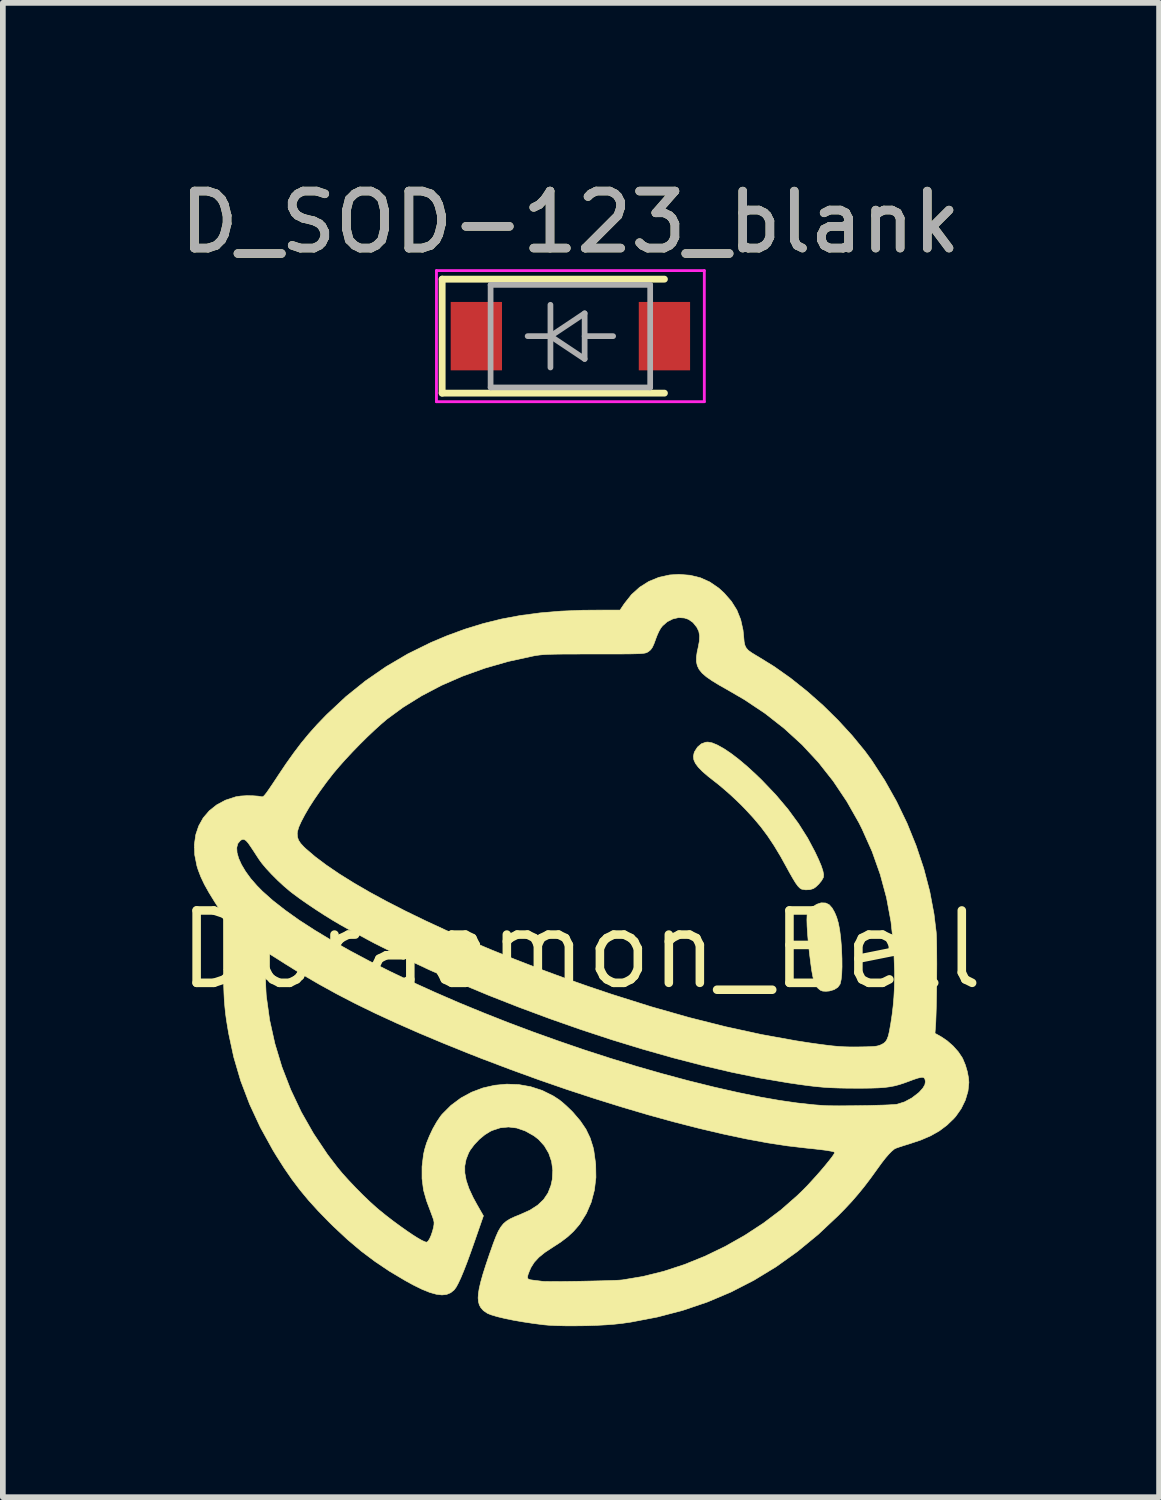
<source format=kicad_pcb>
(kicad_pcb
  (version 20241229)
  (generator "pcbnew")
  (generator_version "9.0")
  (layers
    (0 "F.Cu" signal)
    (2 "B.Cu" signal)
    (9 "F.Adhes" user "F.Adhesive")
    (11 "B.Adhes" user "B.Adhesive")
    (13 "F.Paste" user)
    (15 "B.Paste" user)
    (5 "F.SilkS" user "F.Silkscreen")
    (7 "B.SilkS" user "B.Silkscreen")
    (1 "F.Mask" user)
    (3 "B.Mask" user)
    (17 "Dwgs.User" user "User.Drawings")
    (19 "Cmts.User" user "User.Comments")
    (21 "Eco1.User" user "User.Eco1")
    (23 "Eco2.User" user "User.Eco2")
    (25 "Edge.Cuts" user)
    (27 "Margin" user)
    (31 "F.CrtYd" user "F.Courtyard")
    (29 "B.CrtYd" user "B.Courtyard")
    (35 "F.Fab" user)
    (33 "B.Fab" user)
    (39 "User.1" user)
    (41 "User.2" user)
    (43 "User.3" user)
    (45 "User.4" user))
  (footprint "Doraemon_Bell"
    (layer "F.Cu")
    (at 7.143 13.615)
    (property "Reference" "Doraemon_Bell" (at 0 0 0) (layer "F.SilkS") (effects (font (size 1.27 1.27) (thickness 0.15))))
    (attr through_hole)
    (fp_poly (pts (xy 4.294 -0.821) (xy 4.355 -0.792) (xy 4.407 -0.734) (xy 4.451 -0.657) (xy 4.487 -0.571) (xy 4.516 -0.472) (xy 4.539 -0.355) (xy 4.557 -0.216) (xy 4.571 -0.049) (xy 4.573 -0.01) (xy 4.58 0.154) (xy 4.581 0.3) (xy 4.576 0.425) (xy 4.565 0.525) (xy 4.549 0.596) (xy 4.546 0.604) (xy 4.507 0.658) (xy 4.442 0.699) (xy 4.36 0.723) (xy 4.3 0.728) (xy 4.243 0.725) (xy 4.204 0.711) (xy 4.166 0.681) (xy 4.158 0.673) (xy 4.131 0.64) (xy 4.107 0.597) (xy 4.087 0.54) (xy 4.068 0.465) (xy 4.05 0.368) (xy 4.033 0.246) (xy 4.014 0.094) (xy 4.012 0.078) (xy 3.991 -0.112) (xy 3.977 -0.278) (xy 3.968 -0.416) (xy 3.965 -0.526) (xy 3.968 -0.607) (xy 3.977 -0.656) (xy 3.978 -0.657) (xy 4.013 -0.709) (xy 4.071 -0.758) (xy 4.139 -0.799) (xy 4.207 -0.822) (xy 4.222 -0.824) (xy 4.294 -0.821)) (stroke (width 0.01) (type solid)) (fill yes) (layer "F.SilkS"))
    (fp_poly (pts (xy 2.302 -3.631) (xy 2.396 -3.592) (xy 2.507 -3.53) (xy 2.631 -3.447) (xy 2.766 -3.344) (xy 2.91 -3.223) (xy 3.061 -3.085) (xy 3.177 -2.973) (xy 3.419 -2.719) (xy 3.631 -2.468) (xy 3.816 -2.216) (xy 3.978 -1.96) (xy 4.106 -1.719) (xy 4.17 -1.583) (xy 4.216 -1.474) (xy 4.245 -1.387) (xy 4.258 -1.322) (xy 4.255 -1.274) (xy 4.252 -1.266) (xy 4.222 -1.213) (xy 4.175 -1.155) (xy 4.121 -1.103) (xy 4.079 -1.074) (xy 4.018 -1.056) (xy 3.945 -1.052) (xy 3.878 -1.063) (xy 3.868 -1.066) (xy 3.839 -1.085) (xy 3.806 -1.119) (xy 3.766 -1.174) (xy 3.719 -1.251) (xy 3.66 -1.354) (xy 3.621 -1.426) (xy 3.502 -1.641) (xy 3.388 -1.83) (xy 3.274 -2.001) (xy 3.156 -2.159) (xy 3.029 -2.31) (xy 2.888 -2.463) (xy 2.812 -2.541) (xy 2.719 -2.631) (xy 2.618 -2.725) (xy 2.516 -2.814) (xy 2.423 -2.893) (xy 2.362 -2.941) (xy 2.234 -3.041) (xy 2.133 -3.128) (xy 2.059 -3.204) (xy 2.009 -3.271) (xy 1.981 -3.333) (xy 1.974 -3.393) (xy 1.985 -3.452) (xy 1.995 -3.478) (xy 2.046 -3.557) (xy 2.113 -3.614) (xy 2.19 -3.642) (xy 2.227 -3.645) (xy 2.302 -3.631)) (stroke (width 0.01) (type solid)) (fill yes) (layer "F.SilkS"))
    (fp_poly (pts (xy 1.915 -6.572) (xy 2.095 -6.528) (xy 2.262 -6.453) (xy 2.418 -6.346) (xy 2.515 -6.257) (xy 2.64 -6.114) (xy 2.736 -5.961) (xy 2.803 -5.794) (xy 2.844 -5.61) (xy 2.857 -5.481) (xy 2.864 -5.403) (xy 2.877 -5.343) (xy 2.9 -5.296) (xy 2.937 -5.254) (xy 2.995 -5.212) (xy 3.077 -5.162) (xy 3.103 -5.147) (xy 3.39 -4.97) (xy 3.68 -4.765) (xy 3.967 -4.536) (xy 4.247 -4.289) (xy 4.512 -4.028) (xy 4.759 -3.759) (xy 4.983 -3.486) (xy 5.101 -3.325) (xy 5.33 -2.972) (xy 5.538 -2.602) (xy 5.723 -2.218) (xy 5.882 -1.825) (xy 6.015 -1.426) (xy 6.12 -1.025) (xy 6.195 -0.627) (xy 6.233 -0.313) (xy 6.237 -0.248) (xy 6.24 -0.153) (xy 6.242 -0.035) (xy 6.243 0.102) (xy 6.244 0.252) (xy 6.243 0.412) (xy 6.242 0.575) (xy 6.24 0.737) (xy 6.237 0.892) (xy 6.234 1.036) (xy 6.23 1.164) (xy 6.226 1.27) (xy 6.221 1.346) (xy 6.212 1.465) (xy 6.318 1.524) (xy 6.425 1.596) (xy 6.529 1.687) (xy 6.62 1.789) (xy 6.69 1.893) (xy 6.702 1.917) (xy 6.746 2.023) (xy 6.78 2.139) (xy 6.801 2.252) (xy 6.807 2.328) (xy 6.791 2.481) (xy 6.745 2.637) (xy 6.672 2.787) (xy 6.575 2.925) (xy 6.539 2.965) (xy 6.42 3.079) (xy 6.288 3.178) (xy 6.136 3.264) (xy 5.961 3.339) (xy 5.757 3.407) (xy 5.74 3.412) (xy 5.659 3.437) (xy 5.588 3.46) (xy 5.534 3.479) (xy 5.505 3.492) (xy 5.503 3.493) (xy 5.453 3.534) (xy 5.402 3.586) (xy 5.344 3.653) (xy 5.277 3.739) (xy 5.201 3.844) (xy 5.079 4.013) (xy 4.967 4.16) (xy 4.859 4.292) (xy 4.75 4.418) (xy 4.632 4.544) (xy 4.513 4.665) (xy 4.161 4.996) (xy 3.797 5.295) (xy 3.422 5.563) (xy 3.034 5.799) (xy 2.633 6.005) (xy 2.217 6.181) (xy 1.786 6.327) (xy 1.339 6.444) (xy 0.874 6.533) (xy 0.721 6.555) (xy 0.591 6.569) (xy 0.437 6.581) (xy 0.267 6.59) (xy 0.088 6.596) (xy -0.092 6.598) (xy -0.267 6.598) (xy -0.428 6.594) (xy -0.569 6.587) (xy -0.658 6.579) (xy -0.843 6.555) (xy -1.021 6.528) (xy -1.188 6.499) (xy -1.338 6.468) (xy -1.468 6.437) (xy -1.572 6.406) (xy -1.64 6.379) (xy -1.711 6.331) (xy -1.758 6.277) (xy -1.783 6.23) (xy -1.798 6.175) (xy -1.804 6.11) (xy -1.799 6.032) (xy -1.784 5.938) (xy -1.757 5.824) (xy -1.719 5.689) (xy -1.668 5.529) (xy -1.605 5.342) (xy -1.587 5.292) (xy -1.536 5.147) (xy -1.491 5.031) (xy -1.45 4.939) (xy -1.407 4.866) (xy -1.361 4.808) (xy -1.308 4.762) (xy -1.243 4.722) (xy -1.164 4.685) (xy -1.067 4.646) (xy -1.056 4.641) (xy -0.892 4.567) (xy -0.759 4.481) (xy -0.655 4.382) (xy -0.578 4.268) (xy -0.526 4.135) (xy -0.503 4.029) (xy -0.494 3.869) (xy -0.515 3.714) (xy -0.565 3.569) (xy -0.642 3.439) (xy -0.743 3.327) (xy -0.826 3.263) (xy -0.978 3.178) (xy -1.126 3.127) (xy -1.27 3.109) (xy -1.414 3.123) (xy -1.557 3.17) (xy -1.591 3.186) (xy -1.686 3.245) (xy -1.783 3.325) (xy -1.871 3.418) (xy -1.942 3.513) (xy -1.97 3.562) (xy -2.015 3.677) (xy -2.038 3.794) (xy -2.037 3.916) (xy -2.013 4.046) (xy -1.965 4.188) (xy -1.892 4.346) (xy -1.822 4.474) (xy -1.711 4.668) (xy -1.86 5.098) (xy -1.934 5.308) (xy -1.999 5.486) (xy -2.057 5.635) (xy -2.107 5.755) (xy -2.151 5.849) (xy -2.188 5.918) (xy -2.221 5.963) (xy -2.225 5.968) (xy -2.285 6.017) (xy -2.356 6.047) (xy -2.439 6.056) (xy -2.537 6.044) (xy -2.652 6.012) (xy -2.786 5.958) (xy -2.941 5.882) (xy -3.081 5.805) (xy -3.357 5.641) (xy -3.613 5.469) (xy -3.858 5.285) (xy -4.098 5.082) (xy -4.341 4.855) (xy -4.421 4.776) (xy -4.61 4.582) (xy -4.777 4.398) (xy -4.928 4.216) (xy -5.069 4.03) (xy -5.206 3.831) (xy -5.346 3.611) (xy -5.405 3.514) (xy -5.626 3.113) (xy -5.814 2.708) (xy -5.97 2.298) (xy -6.092 1.882) (xy -6.18 1.473) (xy -6.202 1.344) (xy -6.221 1.226) (xy -6.236 1.115) (xy -6.247 1.005) (xy -6.257 0.892) (xy -6.263 0.77) (xy -6.268 0.634) (xy -6.271 0.48) (xy -6.273 0.302) (xy -6.273 0.245) (xy -5.537 0.245) (xy -5.537 0.341) (xy -5.535 0.442) (xy -5.533 0.544) (xy -5.53 0.64) (xy -5.526 0.726) (xy -5.522 0.795) (xy -5.52 0.815) (xy -5.462 1.233) (xy -5.37 1.647) (xy -5.247 2.055) (xy -5.092 2.455) (xy -4.907 2.846) (xy -4.692 3.224) (xy -4.448 3.589) (xy -4.273 3.818) (xy -4.183 3.927) (xy -4.073 4.048) (xy -3.952 4.176) (xy -3.827 4.302) (xy -3.705 4.419) (xy -3.592 4.521) (xy -3.539 4.566) (xy -3.418 4.664) (xy -3.296 4.758) (xy -3.176 4.846) (xy -3.062 4.927) (xy -2.958 4.998) (xy -2.866 5.056) (xy -2.791 5.099) (xy -2.735 5.124) (xy -2.708 5.131) (xy -2.684 5.115) (xy -2.657 5.074) (xy -2.629 5.012) (xy -2.604 4.938) (xy -2.586 4.869) (xy -2.578 4.82) (xy -2.577 4.78) (xy -2.586 4.736) (xy -2.607 4.676) (xy -2.615 4.655) (xy -2.646 4.571) (xy -2.681 4.478) (xy -2.709 4.403) (xy -2.762 4.216) (xy -2.788 4.014) (xy -2.788 3.804) (xy -2.762 3.59) (xy -2.743 3.505) (xy -2.709 3.392) (xy -2.658 3.266) (xy -2.598 3.139) (xy -2.531 3.021) (xy -2.464 2.921) (xy -2.435 2.885) (xy -2.28 2.73) (xy -2.107 2.601) (xy -1.919 2.499) (xy -1.72 2.424) (xy -1.514 2.377) (xy -1.303 2.357) (xy -1.091 2.365) (xy -0.882 2.402) (xy -0.679 2.468) (xy -0.486 2.564) (xy -0.383 2.631) (xy -0.326 2.676) (xy -0.257 2.737) (xy -0.186 2.805) (xy -0.14 2.851) (xy -0.012 3.001) (xy 0.088 3.148) (xy 0.161 3.3) (xy 0.213 3.464) (xy 0.226 3.522) (xy 0.259 3.762) (xy 0.263 3.995) (xy 0.236 4.218) (xy 0.18 4.43) (xy 0.095 4.627) (xy -0.018 4.809) (xy -0.04 4.837) (xy -0.129 4.939) (xy -0.232 5.035) (xy -0.356 5.129) (xy -0.504 5.225) (xy -0.636 5.312) (xy -0.74 5.397) (xy -0.819 5.483) (xy -0.877 5.575) (xy -0.904 5.636) (xy -0.93 5.705) (xy -0.938 5.749) (xy -0.927 5.775) (xy -0.892 5.789) (xy -0.829 5.798) (xy -0.813 5.8) (xy -0.754 5.807) (xy -0.705 5.813) (xy -0.686 5.816) (xy -0.653 5.819) (xy -0.591 5.82) (xy -0.505 5.821) (xy -0.399 5.821) (xy -0.278 5.82) (xy -0.146 5.818) (xy -0.008 5.816) (xy 0.131 5.813) (xy 0.266 5.81) (xy 0.393 5.807) (xy 0.508 5.803) (xy 0.605 5.8) (xy 0.679 5.796) (xy 0.727 5.792) (xy 0.728 5.792) (xy 1.086 5.732) (xy 1.45 5.642) (xy 1.814 5.523) (xy 2.175 5.377) (xy 2.529 5.206) (xy 2.872 5.012) (xy 3.201 4.797) (xy 3.511 4.563) (xy 3.798 4.311) (xy 3.895 4.217) (xy 3.97 4.141) (xy 4.048 4.056) (xy 4.129 3.967) (xy 4.207 3.878) (xy 4.28 3.792) (xy 4.344 3.713) (xy 4.397 3.646) (xy 4.434 3.594) (xy 4.452 3.561) (xy 4.453 3.555) (xy 4.437 3.545) (xy 4.387 3.533) (xy 4.307 3.519) (xy 4.195 3.505) (xy 4.055 3.489) (xy 3.954 3.479) (xy 3.627 3.441) (xy 3.274 3.387) (xy 2.895 3.317) (xy 2.495 3.232) (xy 2.074 3.133) (xy 1.635 3.021) (xy 1.182 2.896) (xy 0.715 2.758) (xy 0.237 2.609) (xy -0.248 2.45) (xy -0.74 2.28) (xy -1.235 2.1) (xy -1.732 1.912) (xy -1.964 1.821) (xy -2.417 1.638) (xy -2.839 1.461) (xy -3.234 1.287) (xy -3.605 1.116) (xy -3.954 0.946) (xy -4.284 0.775) (xy -4.598 0.602) (xy -4.9 0.426) (xy -5.192 0.245) (xy -5.212 0.232) (xy -5.303 0.174) (xy -5.384 0.123) (xy -5.451 0.081) (xy -5.5 0.051) (xy -5.526 0.035) (xy -5.529 0.034) (xy -5.533 0.05) (xy -5.536 0.094) (xy -5.537 0.161) (xy -5.537 0.245) (xy -6.273 0.245) (xy -6.273 0.101) (xy -6.274 -0.603) (xy -6.425 -0.839) (xy -6.526 -1.003) (xy -6.607 -1.148) (xy -6.669 -1.279) (xy -6.716 -1.402) (xy -6.738 -1.472) (xy -6.776 -1.663) (xy -6.781 -1.793) (xy -6.039 -1.793) (xy -6.034 -1.705) (xy -6.006 -1.605) (xy -5.956 -1.494) (xy -5.885 -1.375) (xy -5.795 -1.251) (xy -5.685 -1.125) (xy -5.593 -1.031) (xy -5.408 -0.866) (xy -5.192 -0.697) (xy -4.947 -0.522) (xy -4.673 -0.345) (xy -4.375 -0.165) (xy -4.052 0.017) (xy -3.708 0.2) (xy -3.343 0.383) (xy -2.961 0.565) (xy -2.562 0.746) (xy -2.15 0.925) (xy -1.725 1.1) (xy -1.29 1.272) (xy -0.846 1.439) (xy -0.396 1.6) (xy 0.058 1.756) (xy 0.516 1.904) (xy 0.973 2.044) (xy 1.43 2.175) (xy 1.884 2.297) (xy 2.332 2.408) (xy 2.774 2.508) (xy 2.794 2.512) (xy 3.153 2.585) (xy 3.486 2.643) (xy 3.798 2.688) (xy 4.094 2.72) (xy 4.267 2.733) (xy 4.332 2.736) (xy 4.422 2.737) (xy 4.53 2.738) (xy 4.653 2.737) (xy 4.785 2.736) (xy 4.921 2.734) (xy 5.055 2.732) (xy 5.184 2.728) (xy 5.301 2.725) (xy 5.401 2.721) (xy 5.48 2.716) (xy 5.533 2.712) (xy 5.546 2.71) (xy 5.677 2.669) (xy 5.806 2.6) (xy 5.923 2.51) (xy 5.938 2.496) (xy 5.999 2.428) (xy 6.034 2.369) (xy 6.044 2.314) (xy 6.038 2.278) (xy 6.027 2.252) (xy 6.005 2.239) (xy 5.969 2.239) (xy 5.913 2.251) (xy 5.834 2.277) (xy 5.768 2.302) (xy 5.672 2.337) (xy 5.584 2.366) (xy 5.5 2.388) (xy 5.414 2.404) (xy 5.321 2.416) (xy 5.214 2.423) (xy 5.088 2.427) (xy 4.937 2.429) (xy 4.826 2.429) (xy 4.662 2.428) (xy 4.518 2.425) (xy 4.386 2.42) (xy 4.259 2.412) (xy 4.129 2.4) (xy 3.991 2.384) (xy 3.836 2.363) (xy 3.657 2.337) (xy 3.59 2.326) (xy 3.126 2.247) (xy 2.64 2.147) (xy 2.135 2.029) (xy 1.614 1.894) (xy 1.082 1.743) (xy 0.542 1.578) (xy -0.002 1.399) (xy -0.547 1.208) (xy -1.088 1.007) (xy -1.623 0.797) (xy -2.146 0.579) (xy -2.655 0.354) (xy -3.146 0.123) (xy -3.616 -0.111) (xy -4.059 -0.348) (xy -4.216 -0.436) (xy -4.354 -0.517) (xy -4.501 -0.608) (xy -4.652 -0.706) (xy -4.798 -0.804) (xy -4.933 -0.898) (xy -5.049 -0.984) (xy -5.106 -1.028) (xy -5.213 -1.119) (xy -5.322 -1.22) (xy -5.426 -1.324) (xy -5.52 -1.425) (xy -5.598 -1.518) (xy -5.646 -1.584) (xy -5.69 -1.651) (xy -5.741 -1.73) (xy -5.787 -1.799) (xy -5.837 -1.872) (xy -5.878 -1.917) (xy -5.912 -1.937) (xy -5.945 -1.935) (xy -5.975 -1.918) (xy -6.02 -1.864) (xy -6.039 -1.793) (xy -6.781 -1.793) (xy -6.783 -1.844) (xy -6.759 -2.015) (xy -6.752 -2.038) (xy -4.978 -2.038) (xy -4.973 -1.977) (xy -4.955 -1.923) (xy -4.919 -1.868) (xy -4.862 -1.806) (xy -4.826 -1.772) (xy -4.662 -1.632) (xy -4.466 -1.485) (xy -4.241 -1.332) (xy -3.988 -1.174) (xy -3.709 -1.012) (xy -3.405 -0.847) (xy -3.079 -0.68) (xy -2.731 -0.511) (xy -2.365 -0.341) (xy -1.981 -0.172) (xy -1.581 -0.003) (xy -1.167 0.164) (xy -0.741 0.329) (xy -0.304 0.49) (xy 0.142 0.647) (xy 0.55 0.784) (xy 1.236 1) (xy 1.901 1.189) (xy 2.545 1.351) (xy 3.169 1.487) (xy 3.772 1.596) (xy 4.017 1.634) (xy 4.174 1.656) (xy 4.303 1.673) (xy 4.413 1.686) (xy 4.51 1.695) (xy 4.6 1.701) (xy 4.691 1.704) (xy 4.788 1.705) (xy 4.894 1.704) (xy 5.005 1.702) (xy 5.088 1.699) (xy 5.149 1.695) (xy 5.195 1.689) (xy 5.231 1.679) (xy 5.264 1.667) (xy 5.267 1.665) (xy 5.311 1.642) (xy 5.345 1.612) (xy 5.371 1.57) (xy 5.393 1.512) (xy 5.412 1.431) (xy 5.431 1.322) (xy 5.435 1.302) (xy 5.46 1.136) (xy 5.478 0.984) (xy 5.491 0.836) (xy 5.499 0.682) (xy 5.503 0.512) (xy 5.503 0.383) (xy 5.487 -0.061) (xy 5.44 -0.494) (xy 5.362 -0.914) (xy 5.251 -1.324) (xy 5.109 -1.725) (xy 4.934 -2.117) (xy 4.879 -2.227) (xy 4.665 -2.604) (xy 4.428 -2.958) (xy 4.167 -3.289) (xy 3.881 -3.597) (xy 3.569 -3.882) (xy 3.233 -4.146) (xy 2.869 -4.389) (xy 2.582 -4.556) (xy 2.428 -4.643) (xy 2.302 -4.72) (xy 2.202 -4.789) (xy 2.127 -4.854) (xy 2.074 -4.919) (xy 2.042 -4.985) (xy 2.026 -5.057) (xy 2.027 -5.138) (xy 2.04 -5.23) (xy 2.056 -5.3) (xy 2.078 -5.416) (xy 2.082 -5.51) (xy 2.068 -5.588) (xy 2.034 -5.658) (xy 2.034 -5.658) (xy 1.966 -5.743) (xy 1.887 -5.798) (xy 1.815 -5.822) (xy 1.714 -5.829) (xy 1.611 -5.805) (xy 1.514 -5.756) (xy 1.431 -5.683) (xy 1.401 -5.644) (xy 1.372 -5.594) (xy 1.341 -5.527) (xy 1.313 -5.455) (xy 1.313 -5.453) (xy 1.281 -5.367) (xy 1.253 -5.306) (xy 1.223 -5.264) (xy 1.187 -5.234) (xy 1.164 -5.22) (xy 1.15 -5.213) (xy 1.131 -5.208) (xy 1.106 -5.203) (xy 1.071 -5.199) (xy 1.024 -5.196) (xy 0.961 -5.194) (xy 0.88 -5.192) (xy 0.777 -5.191) (xy 0.651 -5.19) (xy 0.497 -5.19) (xy 0.314 -5.19) (xy 0.229 -5.19) (xy 0.032 -5.19) (xy -0.134 -5.189) (xy -0.273 -5.189) (xy -0.389 -5.188) (xy -0.483 -5.186) (xy -0.562 -5.184) (xy -0.626 -5.181) (xy -0.68 -5.177) (xy -0.728 -5.172) (xy -0.772 -5.166) (xy -0.816 -5.159) (xy -0.855 -5.151) (xy -1.276 -5.059) (xy -1.683 -4.942) (xy -2.074 -4.802) (xy -2.446 -4.64) (xy -2.796 -4.456) (xy -3.123 -4.253) (xy -3.404 -4.047) (xy -3.505 -3.961) (xy -3.622 -3.855) (xy -3.75 -3.734) (xy -3.882 -3.603) (xy -4.012 -3.469) (xy -4.136 -3.336) (xy -4.247 -3.211) (xy -4.341 -3.1) (xy -4.342 -3.099) (xy -4.463 -2.943) (xy -4.576 -2.788) (xy -4.679 -2.639) (xy -4.77 -2.498) (xy -4.846 -2.367) (xy -4.907 -2.251) (xy -4.951 -2.153) (xy -4.974 -2.074) (xy -4.978 -2.038) (xy -6.752 -2.038) (xy -6.707 -2.172) (xy -6.628 -2.314) (xy -6.522 -2.438) (xy -6.392 -2.542) (xy -6.238 -2.625) (xy -6.061 -2.683) (xy -6.053 -2.685) (xy -5.97 -2.698) (xy -5.868 -2.704) (xy -5.761 -2.703) (xy -5.662 -2.696) (xy -5.596 -2.684) (xy -5.583 -2.686) (xy -5.566 -2.697) (xy -5.543 -2.722) (xy -5.511 -2.763) (xy -5.469 -2.824) (xy -5.413 -2.906) (xy -5.342 -3.013) (xy -5.318 -3.05) (xy -5.173 -3.266) (xy -5.037 -3.457) (xy -4.906 -3.63) (xy -4.772 -3.792) (xy -4.633 -3.948) (xy -4.481 -4.106) (xy -4.454 -4.133) (xy -4.126 -4.44) (xy -3.782 -4.717) (xy -3.42 -4.967) (xy -3.039 -5.191) (xy -2.635 -5.39) (xy -2.353 -5.509) (xy -2.037 -5.625) (xy -1.719 -5.723) (xy -1.397 -5.803) (xy -1.066 -5.865) (xy -0.72 -5.911) (xy -0.355 -5.942) (xy 0.033 -5.958) (xy 0.28 -5.96) (xy 0.686 -5.961) (xy 0.762 -6.074) (xy 0.887 -6.232) (xy 1.031 -6.362) (xy 1.191 -6.463) (xy 1.367 -6.535) (xy 1.557 -6.577) (xy 1.719 -6.587) (xy 1.915 -6.572)) (stroke (width 0.01) (type solid)) (fill yes) (layer "F.SilkS")))
  (footprint "D_SOD-123_blank"
    (layer "F.Cu")
    (at 6.958 2.848)
    (property "Reference" "D_SOD-123_blank" (at 0 -2 0) (layer "F.SilkS") (effects (font (size 1 1) (thickness 0.15))))
    (attr smd)
    (fp_line (start -2.25 -1) (end -2.25 1) (stroke (width 0.12) (type solid)) (layer "F.SilkS"))
    (fp_line (start -2.25 -1) (end 1.65 -1) (stroke (width 0.12) (type solid)) (layer "F.SilkS"))
    (fp_line (start -2.25 1) (end 1.65 1) (stroke (width 0.12) (type solid)) (layer "F.SilkS"))
    (fp_line (start -2.35 -1.15) (end -2.35 1.15) (stroke (width 0.05) (type solid)) (layer "F.CrtYd"))
    (fp_line (start -2.35 -1.15) (end 2.35 -1.15) (stroke (width 0.05) (type solid)) (layer "F.CrtYd"))
    (fp_line (start 2.35 -1.15) (end 2.35 1.15) (stroke (width 0.05) (type solid)) (layer "F.CrtYd"))
    (fp_line (start 2.35 1.15) (end -2.35 1.15) (stroke (width 0.05) (type solid)) (layer "F.CrtYd"))
    (fp_line (start -1.4 -0.9) (end 1.4 -0.9) (stroke (width 0.1) (type solid)) (layer "F.Fab"))
    (fp_line (start -1.4 0.9) (end -1.4 -0.9) (stroke (width 0.1) (type solid)) (layer "F.Fab"))
    (fp_line (start -0.75 0) (end -0.35 0) (stroke (width 0.1) (type solid)) (layer "F.Fab"))
    (fp_line (start -0.35 0) (end -0.35 -0.55) (stroke (width 0.1) (type solid)) (layer "F.Fab"))
    (fp_line (start -0.35 0) (end -0.35 0.55) (stroke (width 0.1) (type solid)) (layer "F.Fab"))
    (fp_line (start -0.35 0) (end 0.25 -0.4) (stroke (width 0.1) (type solid)) (layer "F.Fab"))
    (fp_line (start 0.25 -0.4) (end 0.25 0.4) (stroke (width 0.1) (type solid)) (layer "F.Fab"))
    (fp_line (start 0.25 0) (end 0.75 0) (stroke (width 0.1) (type solid)) (layer "F.Fab"))
    (fp_line (start 0.25 0.4) (end -0.35 0) (stroke (width 0.1) (type solid)) (layer "F.Fab"))
    (fp_line (start 1.4 -0.9) (end 1.4 0.9) (stroke (width 0.1) (type solid)) (layer "F.Fab"))
    (fp_line (start 1.4 0.9) (end -1.4 0.9) (stroke (width 0.1) (type solid)) (layer "F.Fab"))
    (fp_text user "${REFERENCE}" (at 0 -2 0) (layer "F.Fab") (effects (font (size 1 1) (thickness 0.15))))
    (pad "1" smd rect (at -1.65 0) (size 0.9 1.2) (layers "F.Cu" "F.Mask" "F.Paste"))
    (pad "2" smd rect (at 1.65 0) (size 0.9 1.2) (layers "F.Cu" "F.Mask" "F.Paste")))
  (gr_rect
    (start -3 -3)
    (end 17.287 23.219)
    (stroke (width 0.1) (type default))
    (fill no)
    (layer "Edge.Cuts")))
</source>
